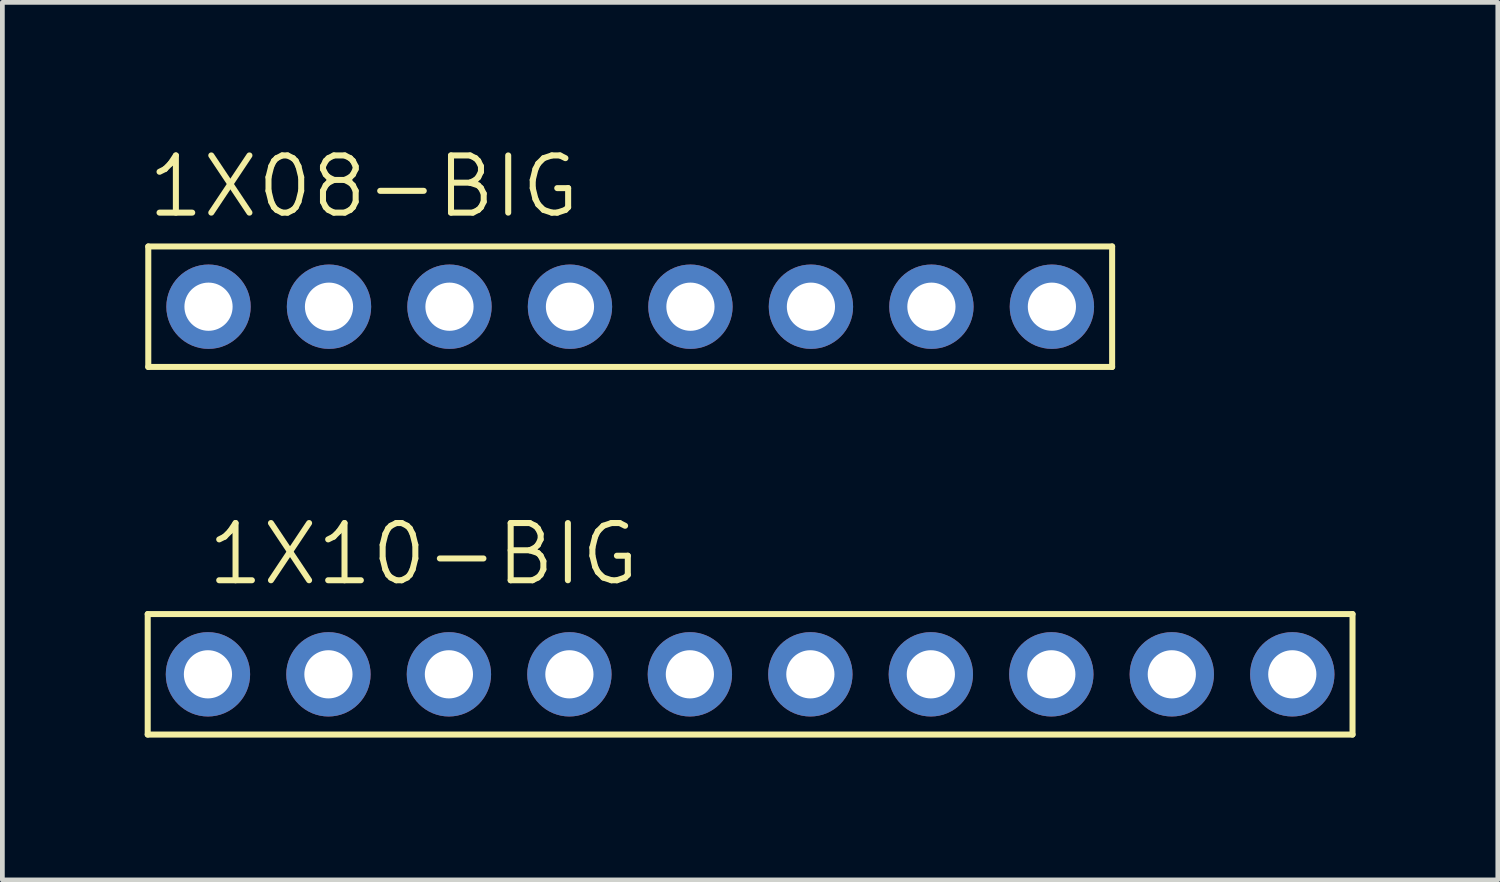
<source format=kicad_pcb>
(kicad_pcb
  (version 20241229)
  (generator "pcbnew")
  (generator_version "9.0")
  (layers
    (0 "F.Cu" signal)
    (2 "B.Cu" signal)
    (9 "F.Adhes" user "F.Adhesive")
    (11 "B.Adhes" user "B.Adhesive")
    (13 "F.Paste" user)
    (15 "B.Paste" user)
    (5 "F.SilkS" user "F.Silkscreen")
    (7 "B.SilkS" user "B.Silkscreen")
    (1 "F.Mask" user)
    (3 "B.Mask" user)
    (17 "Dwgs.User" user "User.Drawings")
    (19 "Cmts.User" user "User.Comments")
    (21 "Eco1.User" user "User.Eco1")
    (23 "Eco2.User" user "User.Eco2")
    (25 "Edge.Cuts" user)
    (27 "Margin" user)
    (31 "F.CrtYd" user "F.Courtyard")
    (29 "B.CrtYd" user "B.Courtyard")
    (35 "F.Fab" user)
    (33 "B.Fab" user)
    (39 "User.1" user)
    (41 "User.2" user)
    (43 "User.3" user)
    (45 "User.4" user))
  (footprint "1X08-BIG"
    (layer "F.Cu")
    (at 10.236 3.416)
    (property "Reference" "1X08-BIG" (at -10.236 -1.829 0) (layer "F.SilkS") (effects (font (size 1.206 1.206) (thickness 0.127)) (justify left bottom)))
    (attr through_hole exclude_from_pos_files exclude_from_bom)
    (fp_line (start -10.16 -1.27) (end 10.16 -1.27) (stroke (width 0.127) (type solid)) (layer "F.SilkS"))
    (fp_line (start -10.16 1.27) (end -10.16 -1.27) (stroke (width 0.127) (type solid)) (layer "F.SilkS"))
    (fp_line (start 10.16 -1.27) (end 10.16 1.27) (stroke (width 0.127) (type solid)) (layer "F.SilkS"))
    (fp_line (start 10.16 1.27) (end -10.16 1.27) (stroke (width 0.127) (type solid)) (layer "F.SilkS"))
    (fp_poly (pts (xy -9.144 0.254) (xy -8.636 0.254) (xy -8.636 -0.254) (xy -9.144 -0.254)) (stroke (width 0.1) (type solid)) (fill no) (layer "F.Fab"))
    (fp_poly (pts (xy -6.604 0.254) (xy -6.096 0.254) (xy -6.096 -0.254) (xy -6.604 -0.254)) (stroke (width 0.1) (type solid)) (fill no) (layer "F.Fab"))
    (fp_poly (pts (xy -4.064 0.254) (xy -3.556 0.254) (xy -3.556 -0.254) (xy -4.064 -0.254)) (stroke (width 0.1) (type solid)) (fill no) (layer "F.Fab"))
    (fp_poly (pts (xy -1.524 0.254) (xy -1.016 0.254) (xy -1.016 -0.254) (xy -1.524 -0.254)) (stroke (width 0.1) (type solid)) (fill no) (layer "F.Fab"))
    (fp_poly (pts (xy 1.016 0.254) (xy 1.524 0.254) (xy 1.524 -0.254) (xy 1.016 -0.254)) (stroke (width 0.1) (type solid)) (fill no) (layer "F.Fab"))
    (fp_poly (pts (xy 3.556 0.254) (xy 4.064 0.254) (xy 4.064 -0.254) (xy 3.556 -0.254)) (stroke (width 0.1) (type solid)) (fill no) (layer "F.Fab"))
    (fp_poly (pts (xy 6.096 0.254) (xy 6.604 0.254) (xy 6.604 -0.254) (xy 6.096 -0.254)) (stroke (width 0.1) (type solid)) (fill no) (layer "F.Fab"))
    (fp_poly (pts (xy 8.636 0.254) (xy 9.144 0.254) (xy 9.144 -0.254) (xy 8.636 -0.254)) (stroke (width 0.1) (type solid)) (fill no) (layer "F.Fab"))
    (pad "1" thru_hole circle (at -8.89 0 90) (size 1.778 1.778) (drill 1.016) (layers "*.Cu" "*.Mask"))
    (pad "2" thru_hole circle (at -6.35 0 90) (size 1.778 1.778) (drill 1.016) (layers "*.Cu" "*.Mask"))
    (pad "3" thru_hole circle (at -3.81 0 90) (size 1.778 1.778) (drill 1.016) (layers "*.Cu" "*.Mask"))
    (pad "4" thru_hole circle (at -1.27 0 90) (size 1.778 1.778) (drill 1.016) (layers "*.Cu" "*.Mask"))
    (pad "5" thru_hole circle (at 1.27 0 90) (size 1.778 1.778) (drill 1.016) (layers "*.Cu" "*.Mask"))
    (pad "6" thru_hole circle (at 3.81 0 90) (size 1.778 1.778) (drill 1.016) (layers "*.Cu" "*.Mask"))
    (pad "7" thru_hole circle (at 6.35 0 90) (size 1.778 1.778) (drill 1.016) (layers "*.Cu" "*.Mask"))
    (pad "8" thru_hole circle (at 8.89 0 90) (size 1.778 1.778) (drill 1.016) (layers "*.Cu" "*.Mask")))
  (footprint "1X10-BIG"
    (layer "F.Cu")
    (at 12.764 11.166)
    (property "Reference" "1X10-BIG" (at -11.506 -1.829 0) (layer "F.SilkS") (effects (font (size 1.206 1.206) (thickness 0.127)) (justify left bottom)))
    (attr through_hole exclude_from_pos_files exclude_from_bom)
    (fp_line (start -12.7 -1.27) (end 12.7 -1.27) (stroke (width 0.127) (type solid)) (layer "F.SilkS"))
    (fp_line (start -12.7 1.27) (end -12.7 -1.27) (stroke (width 0.127) (type solid)) (layer "F.SilkS"))
    (fp_line (start 12.7 -1.27) (end 12.7 1.27) (stroke (width 0.127) (type solid)) (layer "F.SilkS"))
    (fp_line (start 12.7 1.27) (end -12.7 1.27) (stroke (width 0.127) (type solid)) (layer "F.SilkS"))
    (fp_poly (pts (xy -11.684 0.254) (xy -11.176 0.254) (xy -11.176 -0.254) (xy -11.684 -0.254)) (stroke (width 0.1) (type solid)) (fill no) (layer "F.Fab"))
    (fp_poly (pts (xy -9.144 0.254) (xy -8.636 0.254) (xy -8.636 -0.254) (xy -9.144 -0.254)) (stroke (width 0.1) (type solid)) (fill no) (layer "F.Fab"))
    (fp_poly (pts (xy -6.604 0.254) (xy -6.096 0.254) (xy -6.096 -0.254) (xy -6.604 -0.254)) (stroke (width 0.1) (type solid)) (fill no) (layer "F.Fab"))
    (fp_poly (pts (xy -4.064 0.254) (xy -3.556 0.254) (xy -3.556 -0.254) (xy -4.064 -0.254)) (stroke (width 0.1) (type solid)) (fill no) (layer "F.Fab"))
    (fp_poly (pts (xy -1.524 0.254) (xy -1.016 0.254) (xy -1.016 -0.254) (xy -1.524 -0.254)) (stroke (width 0.1) (type solid)) (fill no) (layer "F.Fab"))
    (fp_poly (pts (xy 1.016 0.254) (xy 1.524 0.254) (xy 1.524 -0.254) (xy 1.016 -0.254)) (stroke (width 0.1) (type solid)) (fill no) (layer "F.Fab"))
    (fp_poly (pts (xy 3.556 0.254) (xy 4.064 0.254) (xy 4.064 -0.254) (xy 3.556 -0.254)) (stroke (width 0.1) (type solid)) (fill no) (layer "F.Fab"))
    (fp_poly (pts (xy 6.096 0.254) (xy 6.604 0.254) (xy 6.604 -0.254) (xy 6.096 -0.254)) (stroke (width 0.1) (type solid)) (fill no) (layer "F.Fab"))
    (fp_poly (pts (xy 8.636 0.254) (xy 9.144 0.254) (xy 9.144 -0.254) (xy 8.636 -0.254)) (stroke (width 0.1) (type solid)) (fill no) (layer "F.Fab"))
    (fp_poly (pts (xy 11.176 0.254) (xy 11.684 0.254) (xy 11.684 -0.254) (xy 11.176 -0.254)) (stroke (width 0.1) (type solid)) (fill no) (layer "F.Fab"))
    (pad "1" thru_hole circle (at -11.43 0 90) (size 1.778 1.778) (drill 1.016) (layers "*.Cu" "*.Mask"))
    (pad "2" thru_hole circle (at -8.89 0 90) (size 1.778 1.778) (drill 1.016) (layers "*.Cu" "*.Mask"))
    (pad "3" thru_hole circle (at -6.35 0 90) (size 1.778 1.778) (drill 1.016) (layers "*.Cu" "*.Mask"))
    (pad "4" thru_hole circle (at -3.81 0 90) (size 1.778 1.778) (drill 1.016) (layers "*.Cu" "*.Mask"))
    (pad "5" thru_hole circle (at -1.27 0 90) (size 1.778 1.778) (drill 1.016) (layers "*.Cu" "*.Mask"))
    (pad "6" thru_hole circle (at 1.27 0 90) (size 1.778 1.778) (drill 1.016) (layers "*.Cu" "*.Mask"))
    (pad "7" thru_hole circle (at 3.81 0 90) (size 1.778 1.778) (drill 1.016) (layers "*.Cu" "*.Mask"))
    (pad "8" thru_hole circle (at 6.35 0 90) (size 1.778 1.778) (drill 1.016) (layers "*.Cu" "*.Mask"))
    (pad "9" thru_hole circle (at 8.89 0 90) (size 1.778 1.778) (drill 1.016) (layers "*.Cu" "*.Mask"))
    (pad "10" thru_hole circle (at 11.43 0 90) (size 1.778 1.778) (drill 1.016) (layers "*.Cu" "*.Mask")))
  (gr_rect
    (start -3 -3)
    (end 28.527 15.5)
    (stroke (width 0.1) (type default))
    (fill no)
    (layer "Edge.Cuts")))
</source>
